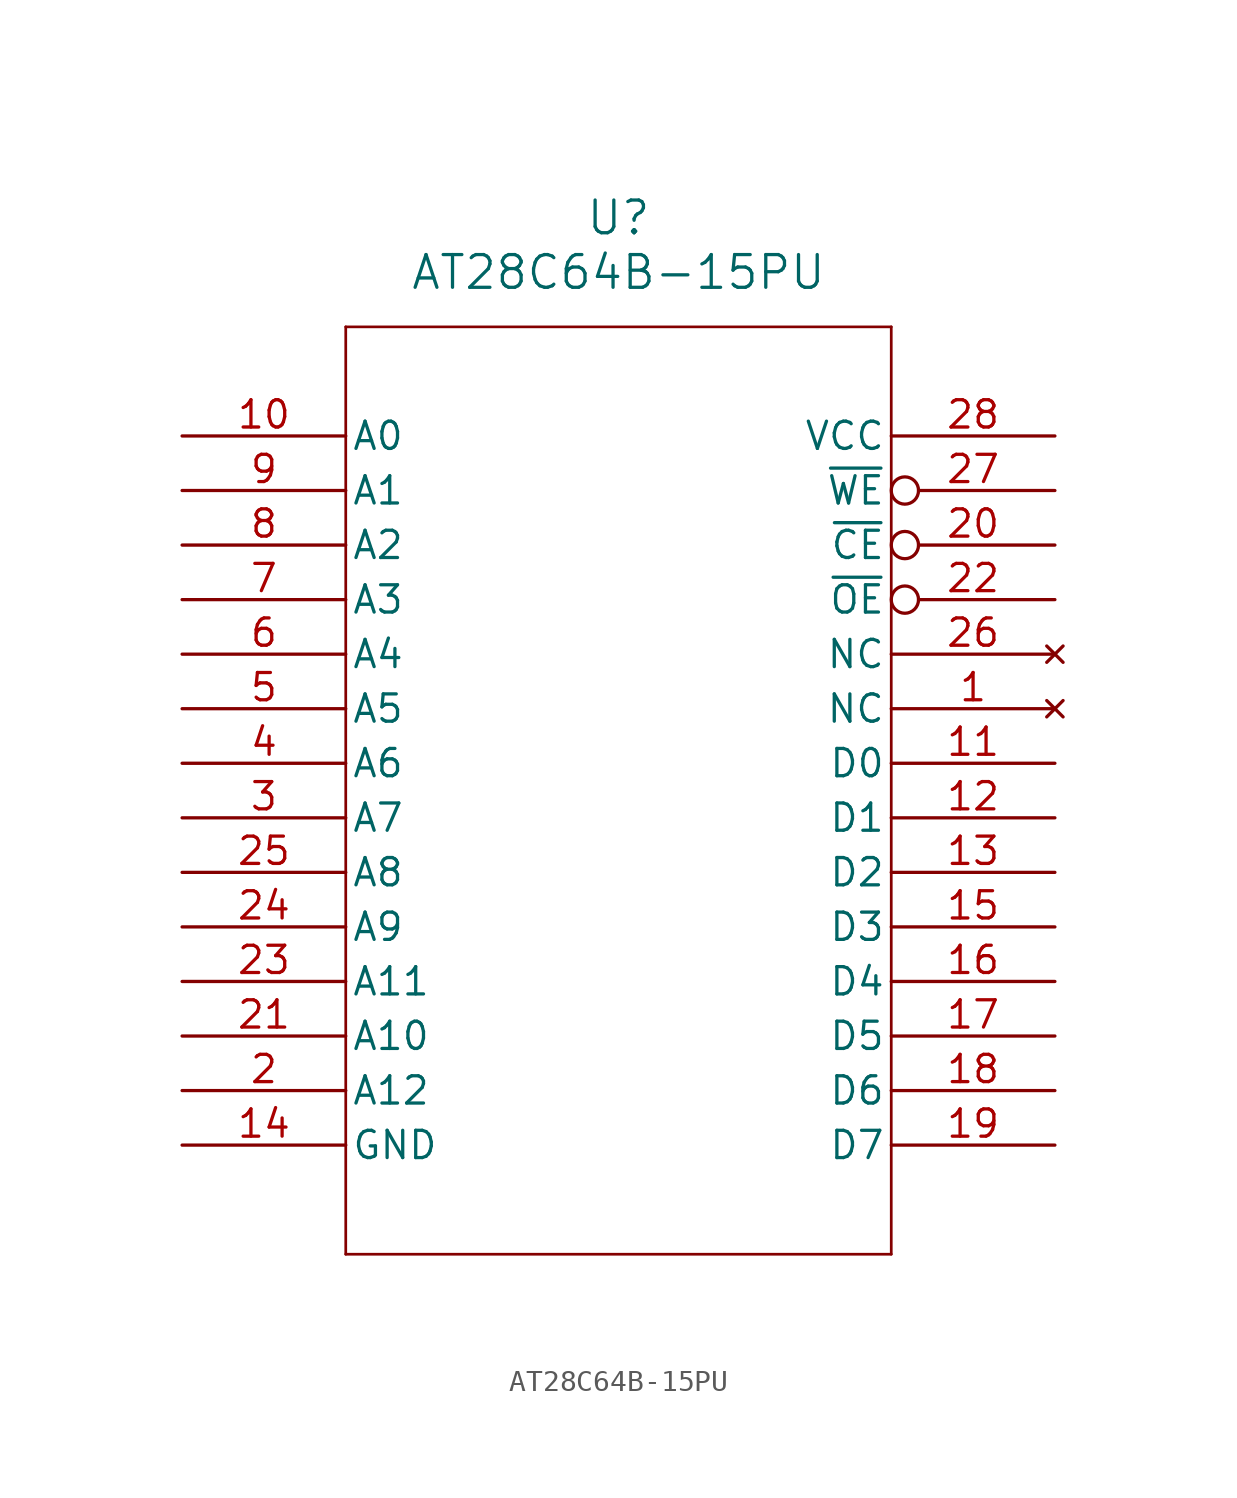
<source format=kicad_sym>
(kicad_symbol_lib
  (version 20241209)
  (generator "kicad_symbol_editor")
  (generator_version "9.0")
  (symbol "AT28C64B-15PU"
    (pin_names
      (offset 0.254))
    (property "Reference" "U"
      (at 20.32 10.16 0)
      (effects (font (size 1.524 1.524))))
    (property "Value" "AT28C64B-15PU"
      (at 20.32 7.62 0)
      (effects (font (size 1.524 1.524))))
    (property "ki_locked" ""
      (at 0 0 0)
      (effects (font (size 1.27 1.27))))
    (symbol "AT28C64B-15PU_0_1"
      (polyline (pts (xy 7.62 5.08) (xy 7.62 -38.1)) (stroke (width 0.127) (type default)) (fill (type none)))
      (polyline (pts (xy 7.62 -38.1) (xy 33.02 -38.1)) (stroke (width 0.127) (type default)) (fill (type none)))
      (polyline (pts (xy 33.02 5.08) (xy 7.62 5.08)) (stroke (width 0.127) (type default)) (fill (type none)))
      (polyline (pts (xy 33.02 -38.1) (xy 33.02 5.08)) (stroke (width 0.127) (type default)) (fill (type none)))
      (pin input line (at 0 0 0) (length 7.62) (name "A0" (effects (font (size 1.27 1.27)))) (number "10" (effects (font (size 1.27 1.27)))))
      (pin input line (at 0 -2.54 0) (length 7.62) (name "A1" (effects (font (size 1.27 1.27)))) (number "9" (effects (font (size 1.27 1.27)))))
      (pin input line (at 0 -5.08 0) (length 7.62) (name "A2" (effects (font (size 1.27 1.27)))) (number "8" (effects (font (size 1.27 1.27)))))
      (pin input line (at 0 -7.62 0) (length 7.62) (name "A3" (effects (font (size 1.27 1.27)))) (number "7" (effects (font (size 1.27 1.27)))))
      (pin input line (at 0 -10.16 0) (length 7.62) (name "A4" (effects (font (size 1.27 1.27)))) (number "6" (effects (font (size 1.27 1.27)))))
      (pin input line (at 0 -12.7 0) (length 7.62) (name "A5" (effects (font (size 1.27 1.27)))) (number "5" (effects (font (size 1.27 1.27)))))
      (pin input line (at 0 -15.24 0) (length 7.62) (name "A6" (effects (font (size 1.27 1.27)))) (number "4" (effects (font (size 1.27 1.27)))))
      (pin input line (at 0 -17.78 0) (length 7.62) (name "A7" (effects (font (size 1.27 1.27)))) (number "3" (effects (font (size 1.27 1.27)))))
      (pin input line (at 0 -30.48 0) (length 7.62) (name "A12" (effects (font (size 1.27 1.27)))) (number "2" (effects (font (size 1.27 1.27)))))
      (pin power_in line (at 0 -33.02 0) (length 7.62) (name "GND" (effects (font (size 1.27 1.27)))) (number "14" (effects (font (size 1.27 1.27)))))
      (pin power_in line (at 40.64 0 180) (length 7.62) (name "VCC" (effects (font (size 1.27 1.27)))) (number "28" (effects (font (size 1.27 1.27)))))
      (pin no_connect line (at 40.64 -10.16 180) (length 7.62) (name "NC" (effects (font (size 1.27 1.27)))) (number "26" (effects (font (size 1.27 1.27))))))
    (symbol "AT28C64B-15PU_1_1"
      (pin input line (at 0 -20.32 0) (length 7.62) (name "A8" (effects (font (size 1.27 1.27)))) (number "25" (effects (font (size 1.27 1.27)))))
      (pin input line (at 0 -22.86 0) (length 7.62) (name "A9" (effects (font (size 1.27 1.27)))) (number "24" (effects (font (size 1.27 1.27)))))
      (pin input line (at 0 -25.4 0) (length 7.62) (name "A11" (effects (font (size 1.27 1.27)))) (number "23" (effects (font (size 1.27 1.27)))))
      (pin input line (at 0 -27.94 0) (length 7.62) (name "A10" (effects (font (size 1.27 1.27)))) (number "21" (effects (font (size 1.27 1.27)))))
      (pin input inverted (at 40.64 -2.54 180) (length 7.62) (name "~{WE}" (effects (font (size 1.27 1.27)))) (number "27" (effects (font (size 1.27 1.27)))))
      (pin input inverted (at 40.64 -5.08 180) (length 7.62) (name "~{CE}" (effects (font (size 1.27 1.27)))) (number "20" (effects (font (size 1.27 1.27)))))
      (pin input inverted (at 40.64 -7.62 180) (length 7.62) (name "~{OE}" (effects (font (size 1.27 1.27)))) (number "22" (effects (font (size 1.27 1.27)))))
      (pin no_connect line (at 40.64 -12.7 180) (length 7.62) (name "NC" (effects (font (size 1.27 1.27)))) (number "1" (effects (font (size 1.27 1.27)))))
      (pin bidirectional line (at 40.64 -15.24 180) (length 7.62) (name "D0" (effects (font (size 1.27 1.27)))) (number "11" (effects (font (size 1.27 1.27)))))
      (pin bidirectional line (at 40.64 -17.78 180) (length 7.62) (name "D1" (effects (font (size 1.27 1.27)))) (number "12" (effects (font (size 1.27 1.27)))))
      (pin bidirectional line (at 40.64 -20.32 180) (length 7.62) (name "D2" (effects (font (size 1.27 1.27)))) (number "13" (effects (font (size 1.27 1.27)))))
      (pin bidirectional line (at 40.64 -22.86 180) (length 7.62) (name "D3" (effects (font (size 1.27 1.27)))) (number "15" (effects (font (size 1.27 1.27)))))
      (pin bidirectional line (at 40.64 -25.4 180) (length 7.62) (name "D4" (effects (font (size 1.27 1.27)))) (number "16" (effects (font (size 1.27 1.27)))))
      (pin bidirectional line (at 40.64 -27.94 180) (length 7.62) (name "D5" (effects (font (size 1.27 1.27)))) (number "17" (effects (font (size 1.27 1.27)))))
      (pin bidirectional line (at 40.64 -30.48 180) (length 7.62) (name "D6" (effects (font (size 1.27 1.27)))) (number "18" (effects (font (size 1.27 1.27)))))
      (pin bidirectional line (at 40.64 -33.02 180) (length 7.62) (name "D7" (effects (font (size 1.27 1.27)))) (number "19" (effects (font (size 1.27 1.27))))))))
</source>
